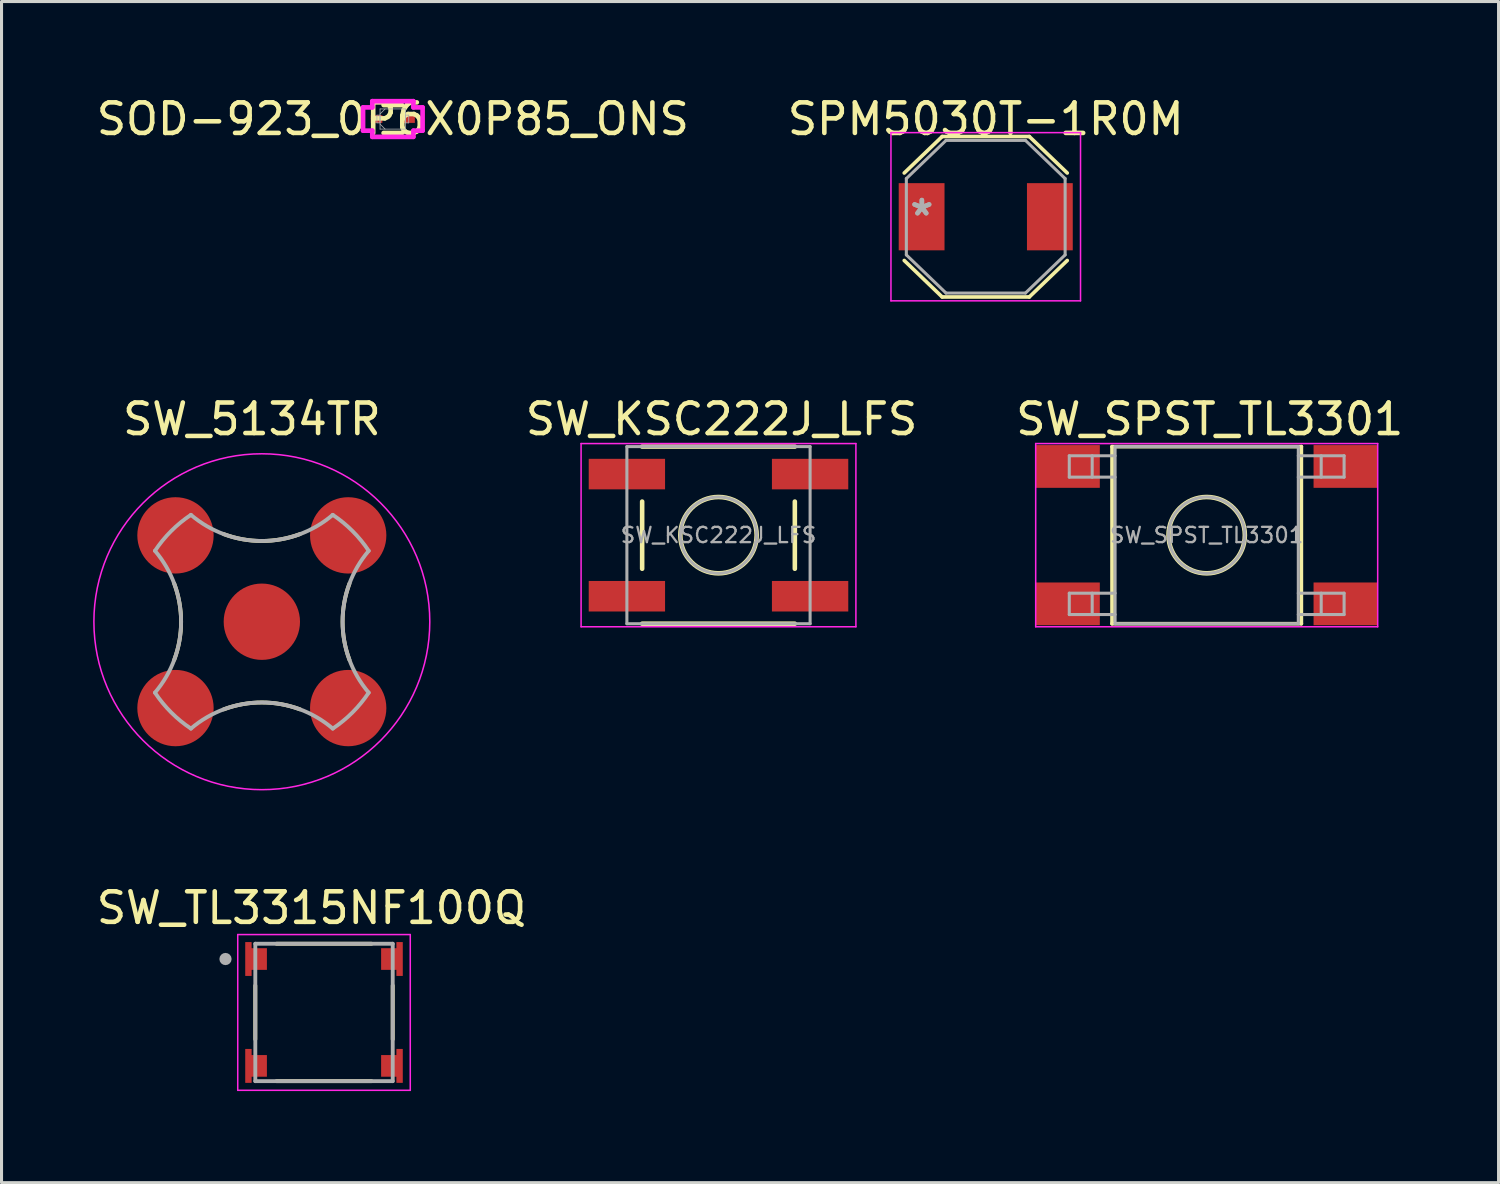
<source format=kicad_pcb>
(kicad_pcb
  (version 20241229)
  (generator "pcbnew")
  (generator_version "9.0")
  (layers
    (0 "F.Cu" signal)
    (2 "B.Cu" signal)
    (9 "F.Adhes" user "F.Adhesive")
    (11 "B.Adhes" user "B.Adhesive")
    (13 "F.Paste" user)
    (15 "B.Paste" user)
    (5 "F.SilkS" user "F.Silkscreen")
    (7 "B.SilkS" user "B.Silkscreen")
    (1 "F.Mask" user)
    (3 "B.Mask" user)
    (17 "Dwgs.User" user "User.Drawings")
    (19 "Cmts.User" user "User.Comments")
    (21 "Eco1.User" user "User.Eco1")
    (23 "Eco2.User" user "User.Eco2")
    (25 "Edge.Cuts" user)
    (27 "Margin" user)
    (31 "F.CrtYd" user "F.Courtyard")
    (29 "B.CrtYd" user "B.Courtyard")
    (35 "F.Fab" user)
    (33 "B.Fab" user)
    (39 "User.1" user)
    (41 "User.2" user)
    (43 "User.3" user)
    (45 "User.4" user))
  (footprint "SW_SPST_TL3301"
    (layer "F.Cu")
    (at 36.468 14.476)
    (property "Reference" "SW_SPST_TL3301" (at 0.1 -3.8 0) (layer "F.SilkS") (effects (font (size 1 1) (thickness 0.15))))
    (attr smd)
    (fp_line (start -3.1 -2.9) (end 3.1 -2.9) (stroke (width 0.12) (type solid)) (layer "F.SilkS"))
    (fp_line (start -3.1 2.9) (end -3.1 -2.9) (stroke (width 0.12) (type solid)) (layer "F.SilkS"))
    (fp_line (start -3.1 2.9) (end 3.1 2.9) (stroke (width 0.12) (type solid)) (layer "F.SilkS"))
    (fp_line (start 3.1 2.9) (end 3.1 -2.9) (stroke (width 0.12) (type solid)) (layer "F.SilkS"))
    (fp_circle (center 0 0) (end 1.25 0) (stroke (width 0.15) (type solid)) (fill no) (layer "F.SilkS"))
    (fp_line (start -5.6 -3) (end 5.6 -3) (stroke (width 0.05) (type solid)) (layer "F.CrtYd"))
    (fp_line (start -5.6 3) (end -5.6 -3) (stroke (width 0.05) (type solid)) (layer "F.CrtYd"))
    (fp_line (start 5.6 -3) (end 5.6 3) (stroke (width 0.05) (type solid)) (layer "F.CrtYd"))
    (fp_line (start 5.6 3) (end -5.6 3) (stroke (width 0.05) (type solid)) (layer "F.CrtYd"))
    (fp_line (start -4.5 -2.6) (end -4.5 -1.9) (stroke (width 0.1) (type solid)) (layer "F.Fab"))
    (fp_line (start -4.5 -1.9) (end -3 -1.9) (stroke (width 0.1) (type solid)) (layer "F.Fab"))
    (fp_line (start -4.5 1.9) (end -4.5 2.6) (stroke (width 0.1) (type solid)) (layer "F.Fab"))
    (fp_line (start -4.5 2.6) (end -3 2.6) (stroke (width 0.1) (type solid)) (layer "F.Fab"))
    (fp_line (start -3.75 -2.6) (end -3.75 -1.9) (stroke (width 0.1) (type solid)) (layer "F.Fab"))
    (fp_line (start -3.75 1.9) (end -3.75 2.6) (stroke (width 0.1) (type solid)) (layer "F.Fab"))
    (fp_line (start -3 -2.9) (end 3 -2.9) (stroke (width 0.1) (type solid)) (layer "F.Fab"))
    (fp_line (start -3 -2.6) (end -4.5 -2.6) (stroke (width 0.1) (type solid)) (layer "F.Fab"))
    (fp_line (start -3 1.9) (end -4.5 1.9) (stroke (width 0.1) (type solid)) (layer "F.Fab"))
    (fp_line (start -3 2.9) (end -3 -2.9) (stroke (width 0.1) (type solid)) (layer "F.Fab"))
    (fp_line (start 3 -2.9) (end 3 2.9) (stroke (width 0.1) (type solid)) (layer "F.Fab"))
    (fp_line (start 3 -1.9) (end 4.5 -1.9) (stroke (width 0.1) (type solid)) (layer "F.Fab"))
    (fp_line (start 3 1.9) (end 4.5 1.9) (stroke (width 0.1) (type solid)) (layer "F.Fab"))
    (fp_line (start 3 2.9) (end -3 2.9) (stroke (width 0.1) (type solid)) (layer "F.Fab"))
    (fp_line (start 3.75 -2.6) (end 3.75 -1.9) (stroke (width 0.1) (type solid)) (layer "F.Fab"))
    (fp_line (start 3.75 1.9) (end 3.75 2.6) (stroke (width 0.1) (type solid)) (layer "F.Fab"))
    (fp_line (start 4.5 -2.6) (end 3 -2.6) (stroke (width 0.1) (type solid)) (layer "F.Fab"))
    (fp_line (start 4.5 -1.9) (end 4.5 -2.6) (stroke (width 0.1) (type solid)) (layer "F.Fab"))
    (fp_line (start 4.5 1.9) (end 4.5 2.6) (stroke (width 0.1) (type solid)) (layer "F.Fab"))
    (fp_line (start 4.5 2.6) (end 3 2.6) (stroke (width 0.1) (type solid)) (layer "F.Fab"))
    (fp_circle (center 0 0) (end 1.25 0) (stroke (width 0.1) (type solid)) (fill no) (layer "F.Fab"))
    (fp_text user "${REFERENCE}" (at 0 0 0) (layer "F.Fab") (effects (font (size 0.5 0.5) (thickness 0.075))))
    (pad "1" smd rect (at -4.55 -2.25) (size 2.1 1.4) (layers "F.Cu" "F.Mask" "F.Paste"))
    (pad "1" smd rect (at 4.55 -2.25) (size 2.1 1.4) (layers "F.Cu" "F.Mask" "F.Paste"))
    (pad "2" smd rect (at -4.55 2.25) (size 2.1 1.4) (layers "F.Cu" "F.Mask" "F.Paste"))
    (pad "2" smd rect (at 4.55 2.25) (size 2.1 1.4) (layers "F.Cu" "F.Mask" "F.Paste")))
  (footprint "SW_TL3315NF100Q"
    (layer "F.Cu")
    (at 7.561 30.107)
    (property "Reference" "SW_TL3315NF100Q" (at -0.412 -3.423 0) (layer "F.SilkS") (effects (font (size 1 1) (thickness 0.15))))
    (attr smd)
    (fp_line (start -2.25 -0.88) (end -2.25 0.88) (stroke (width 0.127) (type solid)) (layer "F.SilkS"))
    (fp_line (start -1.555 -2.25) (end 1.555 -2.25) (stroke (width 0.127) (type solid)) (layer "F.SilkS"))
    (fp_line (start -1.555 2.25) (end 1.555 2.25) (stroke (width 0.127) (type solid)) (layer "F.SilkS"))
    (fp_line (start 2.25 -0.88) (end 2.25 0.88) (stroke (width 0.127) (type solid)) (layer "F.SilkS"))
    (fp_poly (pts (xy -2.375 -1.2) (xy -2.575 -1.2) (xy -2.575 -2.3) (xy -2.375 -2.3) (xy -2.375 -2.1) (xy -1.875 -2.1) (xy -1.875 -1.4) (xy -2.375 -1.4)) (stroke (width 0.01) (type solid)) (fill yes) (layer "F.Paste"))
    (fp_poly (pts (xy -2.375 2.3) (xy -2.575 2.3) (xy -2.575 1.2) (xy -2.375 1.2) (xy -2.375 1.4) (xy -1.875 1.4) (xy -1.875 2.1) (xy -2.375 2.1)) (stroke (width 0.01) (type solid)) (fill yes) (layer "F.Paste"))
    (fp_poly (pts (xy 2.375 -1.4) (xy 1.875 -1.4) (xy 1.875 -2.1) (xy 2.375 -2.1) (xy 2.375 -2.3) (xy 2.575 -2.3) (xy 2.575 -1.2) (xy 2.375 -1.2)) (stroke (width 0.01) (type solid)) (fill yes) (layer "F.Paste"))
    (fp_poly (pts (xy 2.375 2.1) (xy 1.875 2.1) (xy 1.875 1.4) (xy 2.375 1.4) (xy 2.375 1.2) (xy 2.575 1.2) (xy 2.575 2.3) (xy 2.375 2.3)) (stroke (width 0.01) (type solid)) (fill yes) (layer "F.Paste"))
    (fp_line (start -2.825 -2.55) (end -2.825 2.55) (stroke (width 0.05) (type solid)) (layer "F.CrtYd"))
    (fp_line (start -2.825 2.55) (end 2.825 2.55) (stroke (width 0.05) (type solid)) (layer "F.CrtYd"))
    (fp_line (start 2.825 -2.55) (end -2.825 -2.55) (stroke (width 0.05) (type solid)) (layer "F.CrtYd"))
    (fp_line (start 2.825 2.55) (end 2.825 -2.55) (stroke (width 0.05) (type solid)) (layer "F.CrtYd"))
    (fp_line (start -2.25 -2.25) (end 2.25 -2.25) (stroke (width 0.127) (type solid)) (layer "F.Fab"))
    (fp_line (start -2.25 2.25) (end -2.25 -2.25) (stroke (width 0.127) (type solid)) (layer "F.Fab"))
    (fp_line (start 2.25 -2.25) (end 2.25 2.25) (stroke (width 0.127) (type solid)) (layer "F.Fab"))
    (fp_line (start 2.25 2.25) (end -2.25 2.25) (stroke (width 0.127) (type solid)) (layer "F.Fab"))
    (fp_circle (center -3.226 -1.75) (end -3.126 -1.75) (stroke (width 0.2) (type solid)) (fill no) (layer "F.Fab"))
    (pad "1" smd custom (at -2.23 -1.75) (size 0.5 0.5) (layers "F.Cu" "F.Mask" "F.Paste") (options (anchor rect)) (primitives (gr_poly (pts (xy -0.145 0.55) (xy -0.345 0.55) (xy -0.345 -0.55) (xy -0.145 -0.55) (xy -0.145 -0.35) (xy 0.355 -0.35) (xy 0.355 0.35) (xy -0.145 0.35)) (width 0.01) (fill yes))))
    (pad "1" smd custom (at 2.23 -1.75) (size 0.5 0.5) (layers "F.Cu" "F.Mask" "F.Paste") (options (anchor rect)) (primitives (gr_poly (pts (xy 0.145 0.35) (xy -0.355 0.35) (xy -0.355 -0.35) (xy 0.145 -0.35) (xy 0.145 -0.55) (xy 0.345 -0.55) (xy 0.345 0.55) (xy 0.145 0.55)) (width 0.01) (fill yes))))
    (pad "2" smd custom (at -2.23 1.75) (size 0.5 0.5) (layers "F.Cu" "F.Mask" "F.Paste") (options (anchor rect)) (primitives (gr_poly (pts (xy -0.145 0.55) (xy -0.345 0.55) (xy -0.345 -0.55) (xy -0.145 -0.55) (xy -0.145 -0.35) (xy 0.355 -0.35) (xy 0.355 0.35) (xy -0.145 0.35)) (width 0.01) (fill yes))))
    (pad "2" smd custom (at 2.23 1.75) (size 0.5 0.5) (layers "F.Cu" "F.Mask" "F.Paste") (options (anchor rect)) (primitives (gr_poly (pts (xy 0.145 0.35) (xy -0.355 0.35) (xy -0.355 -0.35) (xy 0.145 -0.35) (xy 0.145 -0.55) (xy 0.345 -0.55) (xy 0.345 0.55) (xy 0.145 0.55)) (width 0.01) (fill yes)))))
  (footprint "SW_KSC222J_LFS"
    (layer "F.Cu")
    (at 20.48 14.476)
    (property "Reference" "SW_KSC222J_LFS" (at 0.1 -3.8 0) (layer "F.SilkS") (effects (font (size 1 1) (thickness 0.15))))
    (attr smd)
    (fp_line (start -2.5 -2.9) (end 2.5 -2.9) (stroke (width 0.15) (type solid)) (layer "F.SilkS"))
    (fp_line (start -2.5 1.1) (end -2.5 -1.1) (stroke (width 0.15) (type solid)) (layer "F.SilkS"))
    (fp_line (start -2.5 2.9) (end 2.5 2.9) (stroke (width 0.15) (type solid)) (layer "F.SilkS"))
    (fp_line (start 2.5 1.1) (end 2.5 -1.1) (stroke (width 0.15) (type solid)) (layer "F.SilkS"))
    (fp_circle (center 0 0) (end 1.25 0) (stroke (width 0.15) (type solid)) (fill no) (layer "F.SilkS"))
    (fp_line (start -4.5 -3) (end 4.5 -3) (stroke (width 0.05) (type solid)) (layer "F.CrtYd"))
    (fp_line (start -4.5 3) (end -4.5 -3) (stroke (width 0.05) (type solid)) (layer "F.CrtYd"))
    (fp_line (start 4.5 -3) (end 4.5 3) (stroke (width 0.05) (type solid)) (layer "F.CrtYd"))
    (fp_line (start 4.5 3) (end -4.5 3) (stroke (width 0.05) (type solid)) (layer "F.CrtYd"))
    (fp_line (start -3 -2.9) (end 3 -2.9) (stroke (width 0.1) (type solid)) (layer "F.Fab"))
    (fp_line (start -3 2.9) (end -3 -2.9) (stroke (width 0.1) (type solid)) (layer "F.Fab"))
    (fp_line (start 3 -2.9) (end 3 2.9) (stroke (width 0.1) (type solid)) (layer "F.Fab"))
    (fp_line (start 3 2.9) (end -3 2.9) (stroke (width 0.1) (type solid)) (layer "F.Fab"))
    (fp_circle (center 0 0) (end 1.25 0) (stroke (width 0.1) (type solid)) (fill no) (layer "F.Fab"))
    (fp_text user "${REFERENCE}" (at 0 0 0) (layer "F.Fab") (effects (font (size 0.5 0.5) (thickness 0.075))))
    (pad "1" smd rect (at -3 -2) (size 2.5 1) (layers "F.Cu" "F.Mask" "F.Paste"))
    (pad "1" smd rect (at 3 -2) (size 2.5 1) (layers "F.Cu" "F.Mask" "F.Paste"))
    (pad "2" smd rect (at -3 2) (size 2.5 1) (layers "F.Cu" "F.Mask" "F.Paste"))
    (pad "2" smd rect (at 3 2) (size 2.5 1) (layers "F.Cu" "F.Mask" "F.Paste")))
  (footprint "SPM5030T-1R0M"
    (layer "F.Cu")
    (at 29.232 4.048)
    (property "Reference" "SPM5030T-1R0M" (at 0 -3.2 0) (layer "F.SilkS") (effects (font (size 1 1) (thickness 0.15))))
    (attr smd)
    (fp_line (start -2.669 1.433) (end -1.427 2.627) (stroke (width 0.12) (type solid)) (layer "F.SilkS"))
    (fp_line (start -1.427 -2.627) (end -2.669 -1.433) (stroke (width 0.12) (type solid)) (layer "F.SilkS"))
    (fp_line (start -1.427 2.627) (end 1.427 2.627) (stroke (width 0.12) (type solid)) (layer "F.SilkS"))
    (fp_line (start 1.427 -2.627) (end -1.427 -2.627) (stroke (width 0.12) (type solid)) (layer "F.SilkS"))
    (fp_line (start 1.427 2.627) (end 2.669 1.433) (stroke (width 0.12) (type solid)) (layer "F.SilkS"))
    (fp_line (start 2.669 -1.433) (end 1.427 -2.627) (stroke (width 0.12) (type solid)) (layer "F.SilkS"))
    (fp_line (start -3.104 -2.754) (end 3.104 -2.754) (stroke (width 0.05) (type solid)) (layer "F.CrtYd"))
    (fp_line (start -3.104 2.754) (end -3.104 -2.754) (stroke (width 0.05) (type solid)) (layer "F.CrtYd"))
    (fp_line (start 3.104 -2.754) (end 3.104 2.754) (stroke (width 0.05) (type solid)) (layer "F.CrtYd"))
    (fp_line (start 3.104 2.754) (end -3.104 2.754) (stroke (width 0.05) (type solid)) (layer "F.CrtYd"))
    (fp_line (start -2.6 -1.25) (end -2.6 1.25) (stroke (width 0.1) (type solid)) (layer "F.Fab"))
    (fp_line (start -2.6 1.25) (end -1.3 2.5) (stroke (width 0.1) (type solid)) (layer "F.Fab"))
    (fp_line (start -1.3 -2.5) (end -2.6 -1.25) (stroke (width 0.1) (type solid)) (layer "F.Fab"))
    (fp_line (start -1.3 2.5) (end 1.3 2.5) (stroke (width 0.1) (type solid)) (layer "F.Fab"))
    (fp_line (start 1.3 -2.5) (end -1.3 -2.5) (stroke (width 0.1) (type solid)) (layer "F.Fab"))
    (fp_line (start 1.3 2.5) (end 2.6 1.25) (stroke (width 0.1) (type solid)) (layer "F.Fab"))
    (fp_line (start 2.6 -1.25) (end 1.3 -2.5) (stroke (width 0.1) (type solid)) (layer "F.Fab"))
    (fp_line (start 2.6 1.25) (end 2.6 -1.25) (stroke (width 0.1) (type solid)) (layer "F.Fab"))
    (fp_text user "*" (at -2.092 0 0) (layer "F.Fab") (effects (font (size 1 1) (thickness 0.15))))
    (fp_text user "*" (at -2.092 0 0) (layer "F.Fab") (effects (font (size 1 1) (thickness 0.15))))
    (pad "1" smd rect (at -2.1 0) (size 1.5 2.2) (layers "F.Cu" "F.Mask" "F.Paste"))
    (pad "2" smd rect (at 2.1 0) (size 1.5 2.2) (layers "F.Cu" "F.Mask" "F.Paste")))
  (footprint "SW_5134TR"
    (layer "F.Cu")
    (at 5.525 17.311)
    (property "Reference" "SW_5134TR" (at -0.325 -6.635 0) (layer "F.SilkS") (effects (font (size 1 1) (thickness 0.15))))
    (attr smd)
    (fp_arc (start -2.87 -1.25) (mid -2.644076 0) (end -2.87 1.25) (stroke (width 0.127) (type solid)) (layer "F.SilkS"))
    (fp_arc (start -1.25 2.87) (mid 0 2.644076) (end 1.25 2.87) (stroke (width 0.127) (type solid)) (layer "F.SilkS"))
    (fp_arc (start 1.25 -2.87) (mid 0 -2.644076) (end -1.25 -2.87) (stroke (width 0.127) (type solid)) (layer "F.SilkS"))
    (fp_arc (start 2.87 1.25) (mid 2.644076 0) (end 2.87 -1.25) (stroke (width 0.127) (type solid)) (layer "F.SilkS"))
    (fp_circle (center 0 0) (end 5.5 0) (stroke (width 0.05) (type solid)) (fill no) (layer "F.CrtYd"))
    (fp_arc (start -3.5 -2.3225) (mid -2.644336 0) (end -3.5 2.3225) (stroke (width 0.127) (type solid)) (layer "F.Fab"))
    (fp_arc (start -3.5 -2.3225) (mid -2.969756 -2.969756) (end -2.3225 -3.5) (stroke (width 0.127) (type solid)) (layer "F.Fab"))
    (fp_arc (start -2.3225 3.5) (mid -2.969756 2.969756) (end -3.5 2.3225) (stroke (width 0.127) (type solid)) (layer "F.Fab"))
    (fp_arc (start -2.3225 3.5) (mid 0 2.644336) (end 2.3225 3.5) (stroke (width 0.127) (type solid)) (layer "F.Fab"))
    (fp_arc (start 2.3225 -3.5) (mid 0 -2.644336) (end -2.3225 -3.5) (stroke (width 0.127) (type solid)) (layer "F.Fab"))
    (fp_arc (start 2.3225 -3.5) (mid 2.969756 -2.969756) (end 3.5 -2.3225) (stroke (width 0.127) (type solid)) (layer "F.Fab"))
    (fp_arc (start 3.5 2.3225) (mid 2.969756 2.969756) (end 2.3225 3.5) (stroke (width 0.127) (type solid)) (layer "F.Fab"))
    (fp_arc (start 3.5 2.3225) (mid 2.644336 0) (end 3.5 -2.3225) (stroke (width 0.127) (type solid)) (layer "F.Fab"))
    (pad "1" smd circle (at -2.828 -2.828) (size 2.5 2.5) (layers "F.Cu" "F.Mask"))
    (pad "1" smd circle (at -2.828 2.828) (size 2.5 2.5) (layers "F.Cu" "F.Mask"))
    (pad "1" smd circle (at 2.828 -2.828) (size 2.5 2.5) (layers "F.Cu" "F.Mask"))
    (pad "1" smd circle (at 2.828 2.828) (size 2.5 2.5) (layers "F.Cu" "F.Mask"))
    (pad "2" smd circle (at 0 0) (size 2.5 2.5) (layers "F.Cu" "F.Mask")))
  (footprint "SOD-923_0P6X0P85_ONS"
    (layer "F.Cu")
    (at 9.815 0.848)
    (property "Reference" "SOD-923_0P6X0P85_ONS" (at 0 0 0) (unlocked yes) (layer "F.SilkS") (effects (font (size 1 1) (thickness 0.15))))
    (attr smd)
    (fp_line (start -0.302 0.457) (end 0.302 0.457) (stroke (width 0.152) (type solid)) (layer "F.SilkS"))
    (fp_line (start 0.302 -0.457) (end -0.302 -0.457) (stroke (width 0.152) (type solid)) (layer "F.SilkS"))
    (fp_line (start -0.975 -0.381) (end -0.673 -0.381) (stroke (width 0.152) (type solid)) (layer "F.CrtYd"))
    (fp_line (start -0.975 0.381) (end -0.975 -0.381) (stroke (width 0.152) (type solid)) (layer "F.CrtYd"))
    (fp_line (start -0.673 -0.584) (end 0.673 -0.584) (stroke (width 0.152) (type solid)) (layer "F.CrtYd"))
    (fp_line (start -0.673 -0.381) (end -0.673 -0.584) (stroke (width 0.152) (type solid)) (layer "F.CrtYd"))
    (fp_line (start -0.673 0.381) (end -0.975 0.381) (stroke (width 0.152) (type solid)) (layer "F.CrtYd"))
    (fp_line (start -0.673 0.584) (end -0.673 0.381) (stroke (width 0.152) (type solid)) (layer "F.CrtYd"))
    (fp_line (start 0.673 -0.584) (end 0.673 -0.381) (stroke (width 0.152) (type solid)) (layer "F.CrtYd"))
    (fp_line (start 0.673 -0.381) (end 0.975 -0.381) (stroke (width 0.152) (type solid)) (layer "F.CrtYd"))
    (fp_line (start 0.673 0.381) (end 0.673 0.584) (stroke (width 0.152) (type solid)) (layer "F.CrtYd"))
    (fp_line (start 0.673 0.584) (end -0.673 0.584) (stroke (width 0.152) (type solid)) (layer "F.CrtYd"))
    (fp_line (start 0.975 -0.381) (end 0.975 0.381) (stroke (width 0.152) (type solid)) (layer "F.CrtYd"))
    (fp_line (start 0.975 0.381) (end 0.673 0.381) (stroke (width 0.152) (type solid)) (layer "F.CrtYd"))
    (fp_line (start -0.521 -0.127) (end -0.521 0.127) (stroke (width 0.025) (type solid)) (layer "F.Fab"))
    (fp_line (start -0.521 0.127) (end -0.419 0.127) (stroke (width 0.025) (type solid)) (layer "F.Fab"))
    (fp_line (start -0.419 -0.33) (end -0.419 0.33) (stroke (width 0.025) (type solid)) (layer "F.Fab"))
    (fp_line (start -0.419 -0.165) (end -0.254 -0.33) (stroke (width 0.025) (type solid)) (layer "F.Fab"))
    (fp_line (start -0.419 -0.127) (end -0.521 -0.127) (stroke (width 0.025) (type solid)) (layer "F.Fab"))
    (fp_line (start -0.419 0.127) (end -0.419 -0.127) (stroke (width 0.025) (type solid)) (layer "F.Fab"))
    (fp_line (start -0.419 0.165) (end -0.254 0.33) (stroke (width 0.025) (type solid)) (layer "F.Fab"))
    (fp_line (start -0.419 0.33) (end 0.419 0.33) (stroke (width 0.025) (type solid)) (layer "F.Fab"))
    (fp_line (start 0.419 -0.33) (end -0.419 -0.33) (stroke (width 0.025) (type solid)) (layer "F.Fab"))
    (fp_line (start 0.419 -0.127) (end 0.419 0.127) (stroke (width 0.025) (type solid)) (layer "F.Fab"))
    (fp_line (start 0.419 0.127) (end 0.521 0.127) (stroke (width 0.025) (type solid)) (layer "F.Fab"))
    (fp_line (start 0.419 0.33) (end 0.419 -0.33) (stroke (width 0.025) (type solid)) (layer "F.Fab"))
    (fp_line (start 0.521 -0.127) (end 0.419 -0.127) (stroke (width 0.025) (type solid)) (layer "F.Fab"))
    (fp_line (start 0.521 0.127) (end 0.521 -0.127) (stroke (width 0.025) (type solid)) (layer "F.Fab"))
    (pad "1" smd rect (at -0.532 0) (size 0.378 0.254) (layers "F.Cu" "F.Mask" "F.Paste"))
    (pad "2" smd rect (at 0.532 0) (size 0.378 0.254) (layers "F.Cu" "F.Mask" "F.Paste")))
  (gr_rect
    (start -3 -3)
    (end 46.026 35.682)
    (stroke (width 0.1) (type default))
    (fill no)
    (layer "Edge.Cuts")))
</source>
